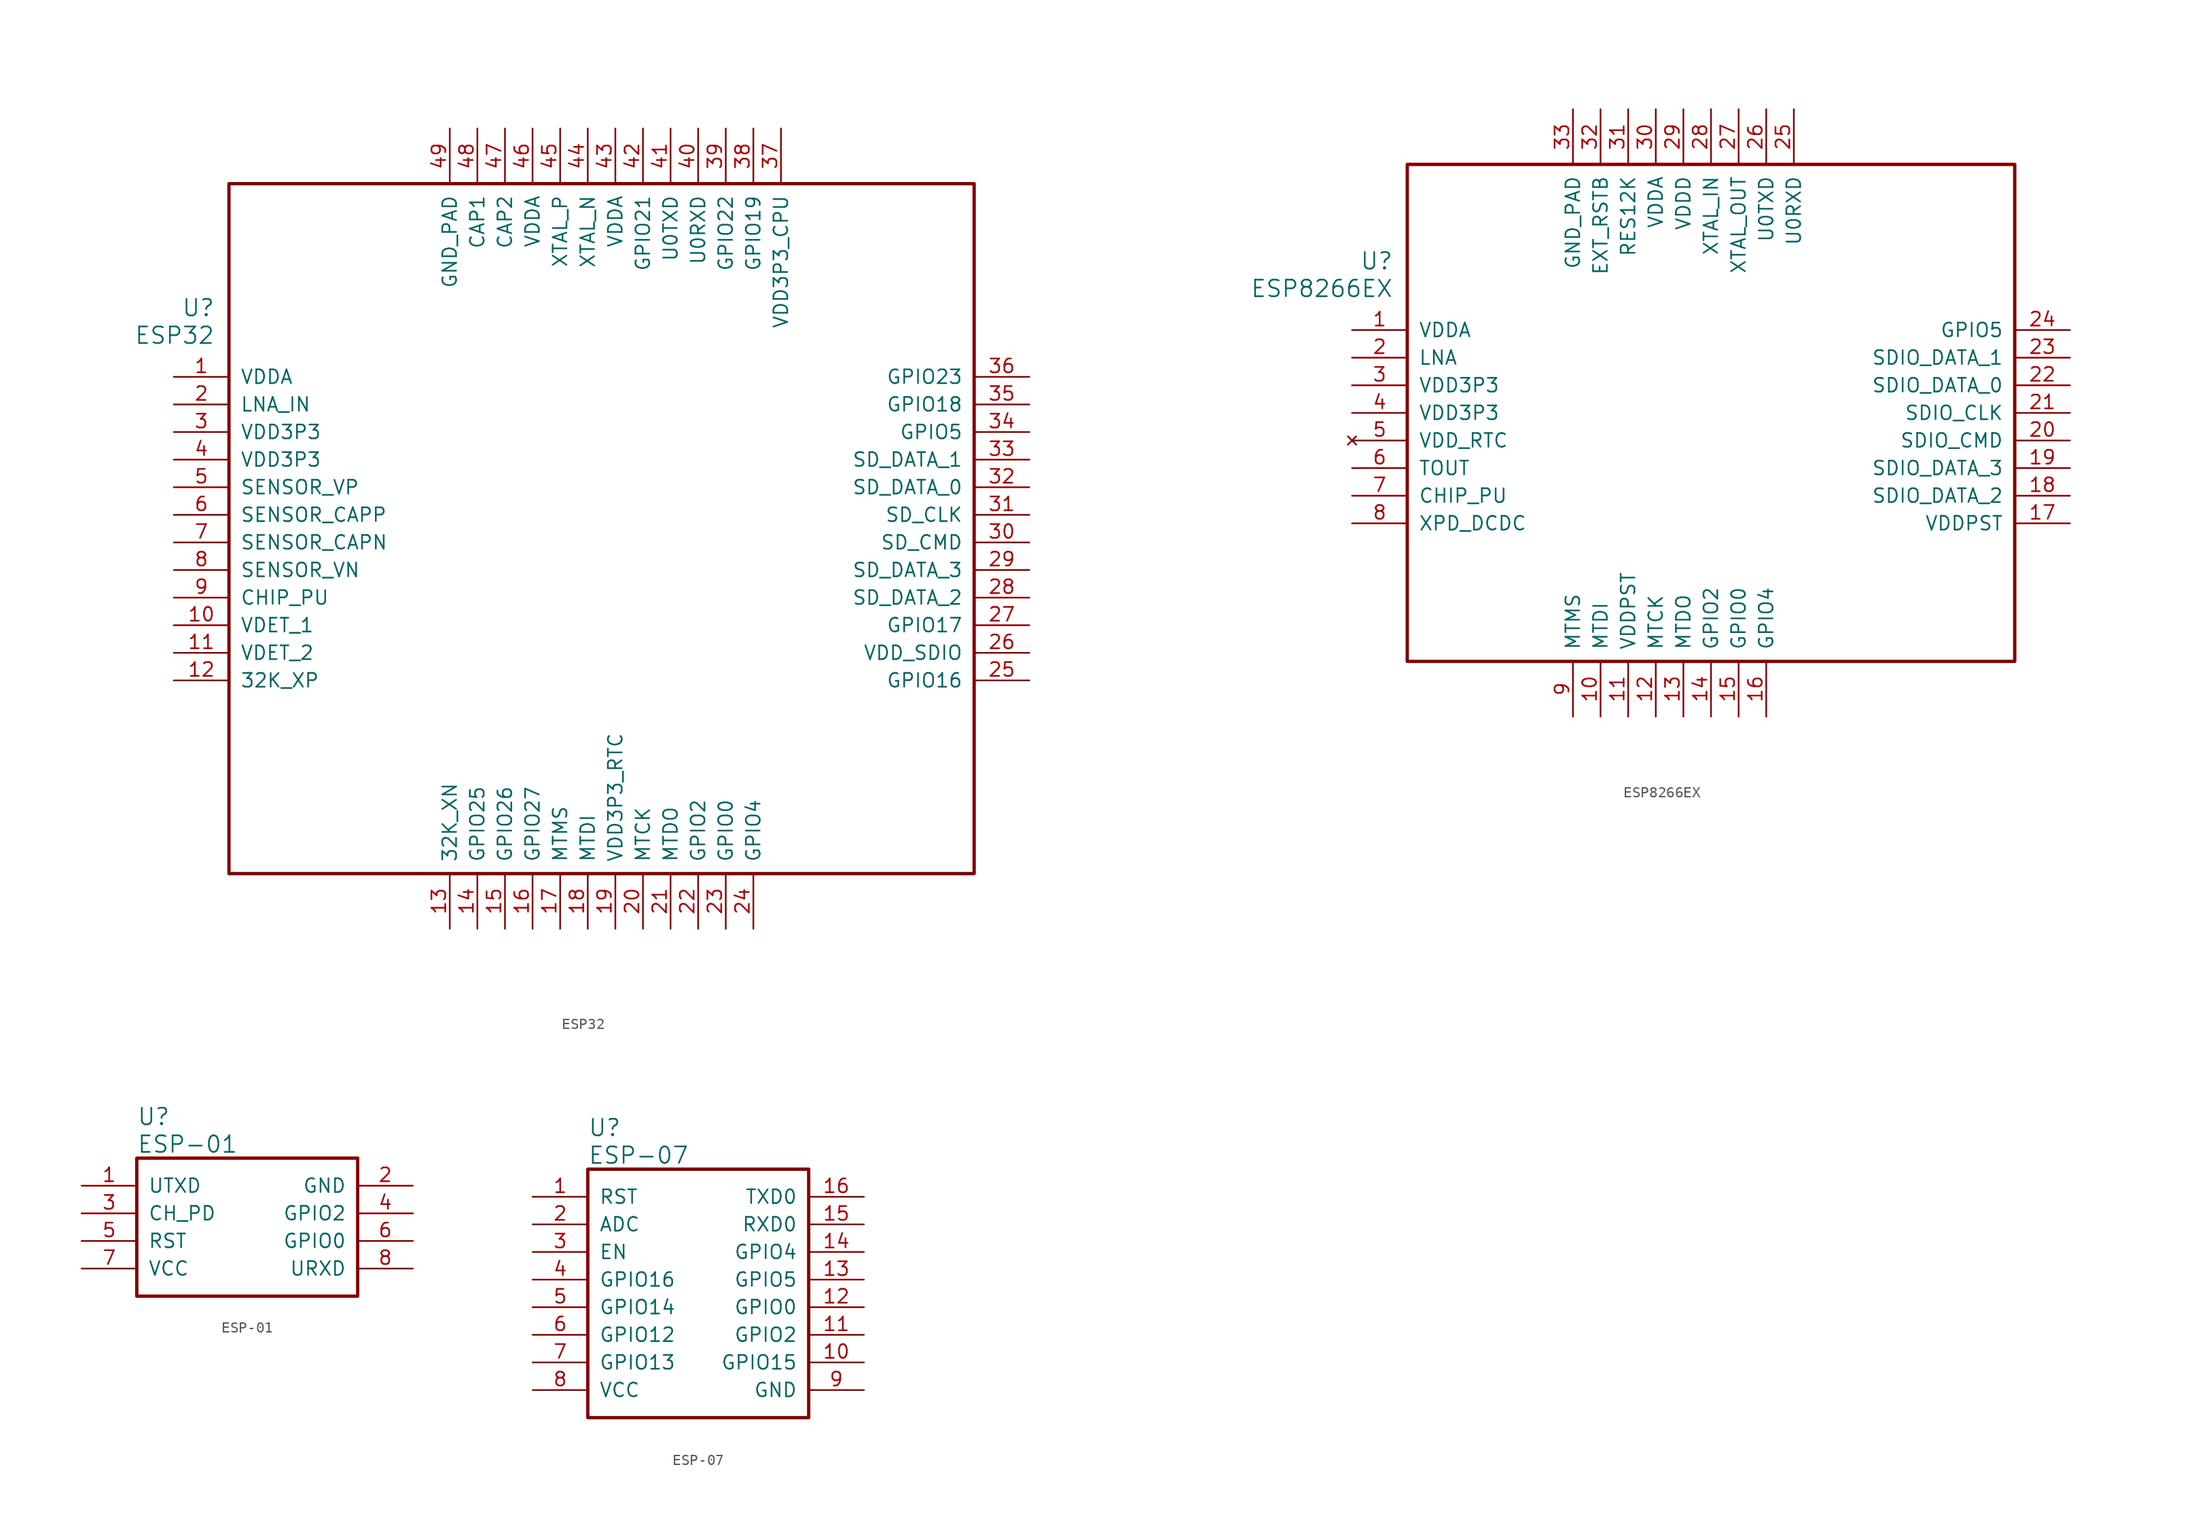
<source format=kicad_sym>
(kicad_symbol_lib
  (version 20201005)
  (generator kicad_symbol_editor)
  (symbol "ESP32"
    (pin_names
      (offset 1.016))
    (property "Reference" "U"
      (at 3.81 6.35 0)
      (effects (font (size 1.524 1.524)) (justify right)))
    (property "Value" "ESP32"
      (at 3.81 3.81 0)
      (effects (font (size 1.524 1.524)) (justify right)))
    (property "ki_locked" ""
      (at 0 0 0)
      (effects (font (size 1.27 1.27))))
    (symbol "ESP32_1_1"
      (rectangle (start 5.08 17.78) (end 73.66 -45.72) (stroke (width 0.305)) (fill (type none)))
      (pin power_in line (at 55.88 22.86 270) (length 5.08) (name "VDD3P3_CPU" (effects (font (size 1.27 1.27)))) (number "37" (effects (font (size 1.27 1.27)))))
      (pin bidirectional line (at 53.34 22.86 270) (length 5.08) (name "GPIO19" (effects (font (size 1.27 1.27)))) (number "38" (effects (font (size 1.27 1.27)))))
      (pin bidirectional line (at 50.8 22.86 270) (length 5.08) (name "GPIO22" (effects (font (size 1.27 1.27)))) (number "39" (effects (font (size 1.27 1.27)))))
      (pin bidirectional line (at 48.26 22.86 270) (length 5.08) (name "U0RXD" (effects (font (size 1.27 1.27)))) (number "40" (effects (font (size 1.27 1.27)))))
      (pin bidirectional line (at 45.72 22.86 270) (length 5.08) (name "U0TXD" (effects (font (size 1.27 1.27)))) (number "41" (effects (font (size 1.27 1.27)))))
      (pin bidirectional line (at 43.18 22.86 270) (length 5.08) (name "GPIO21" (effects (font (size 1.27 1.27)))) (number "42" (effects (font (size 1.27 1.27)))))
      (pin power_in line (at 40.64 22.86 270) (length 5.08) (name "VDDA" (effects (font (size 1.27 1.27)))) (number "43" (effects (font (size 1.27 1.27)))))
      (pin passive line (at 38.1 22.86 270) (length 5.08) (name "XTAL_N" (effects (font (size 1.27 1.27)))) (number "44" (effects (font (size 1.27 1.27)))))
      (pin passive line (at 35.56 22.86 270) (length 5.08) (name "XTAL_P" (effects (font (size 1.27 1.27)))) (number "45" (effects (font (size 1.27 1.27)))))
      (pin power_in line (at 33.02 22.86 270) (length 5.08) (name "VDDA" (effects (font (size 1.27 1.27)))) (number "46" (effects (font (size 1.27 1.27)))))
      (pin passive line (at 30.48 22.86 270) (length 5.08) (name "CAP2" (effects (font (size 1.27 1.27)))) (number "47" (effects (font (size 1.27 1.27)))))
      (pin passive line (at 27.94 22.86 270) (length 5.08) (name "CAP1" (effects (font (size 1.27 1.27)))) (number "48" (effects (font (size 1.27 1.27)))))
      (pin power_in line (at 25.4 22.86 270) (length 5.08) (name "GND_PAD" (effects (font (size 1.27 1.27)))) (number "49" (effects (font (size 1.27 1.27)))))
      (pin bidirectional line (at 78.74 -27.94 180) (length 5.08) (name "GPIO16" (effects (font (size 1.27 1.27)))) (number "25" (effects (font (size 1.27 1.27)))))
      (pin power_in line (at 78.74 -25.4 180) (length 5.08) (name "VDD_SDIO" (effects (font (size 1.27 1.27)))) (number "26" (effects (font (size 1.27 1.27)))))
      (pin bidirectional line (at 78.74 -22.86 180) (length 5.08) (name "GPIO17" (effects (font (size 1.27 1.27)))) (number "27" (effects (font (size 1.27 1.27)))))
      (pin bidirectional line (at 78.74 -20.32 180) (length 5.08) (name "SD_DATA_2" (effects (font (size 1.27 1.27)))) (number "28" (effects (font (size 1.27 1.27)))))
      (pin bidirectional line (at 78.74 -17.78 180) (length 5.08) (name "SD_DATA_3" (effects (font (size 1.27 1.27)))) (number "29" (effects (font (size 1.27 1.27)))))
      (pin bidirectional line (at 78.74 -15.24 180) (length 5.08) (name "SD_CMD" (effects (font (size 1.27 1.27)))) (number "30" (effects (font (size 1.27 1.27)))))
      (pin bidirectional line (at 78.74 -12.7 180) (length 5.08) (name "SD_CLK" (effects (font (size 1.27 1.27)))) (number "31" (effects (font (size 1.27 1.27)))))
      (pin bidirectional line (at 78.74 -10.16 180) (length 5.08) (name "SD_DATA_0" (effects (font (size 1.27 1.27)))) (number "32" (effects (font (size 1.27 1.27)))))
      (pin bidirectional line (at 78.74 -7.62 180) (length 5.08) (name "SD_DATA_1" (effects (font (size 1.27 1.27)))) (number "33" (effects (font (size 1.27 1.27)))))
      (pin bidirectional line (at 78.74 -5.08 180) (length 5.08) (name "GPIO5" (effects (font (size 1.27 1.27)))) (number "34" (effects (font (size 1.27 1.27)))))
      (pin bidirectional line (at 78.74 -2.54 180) (length 5.08) (name "GPIO18" (effects (font (size 1.27 1.27)))) (number "35" (effects (font (size 1.27 1.27)))))
      (pin bidirectional line (at 78.74 0 180) (length 5.08) (name "GPIO23" (effects (font (size 1.27 1.27)))) (number "36" (effects (font (size 1.27 1.27)))))
      (pin bidirectional line (at 25.4 -50.8 90) (length 5.08) (name "32K_XN" (effects (font (size 1.27 1.27)))) (number "13" (effects (font (size 1.27 1.27)))))
      (pin bidirectional line (at 27.94 -50.8 90) (length 5.08) (name "GPIO25" (effects (font (size 1.27 1.27)))) (number "14" (effects (font (size 1.27 1.27)))))
      (pin bidirectional line (at 30.48 -50.8 90) (length 5.08) (name "GPIO26" (effects (font (size 1.27 1.27)))) (number "15" (effects (font (size 1.27 1.27)))))
      (pin bidirectional line (at 33.02 -50.8 90) (length 5.08) (name "GPIO27" (effects (font (size 1.27 1.27)))) (number "16" (effects (font (size 1.27 1.27)))))
      (pin bidirectional line (at 35.56 -50.8 90) (length 5.08) (name "MTMS" (effects (font (size 1.27 1.27)))) (number "17" (effects (font (size 1.27 1.27)))))
      (pin bidirectional line (at 38.1 -50.8 90) (length 5.08) (name "MTDI" (effects (font (size 1.27 1.27)))) (number "18" (effects (font (size 1.27 1.27)))))
      (pin power_in line (at 40.64 -50.8 90) (length 5.08) (name "VDD3P3_RTC" (effects (font (size 1.27 1.27)))) (number "19" (effects (font (size 1.27 1.27)))))
      (pin bidirectional line (at 43.18 -50.8 90) (length 5.08) (name "MTCK" (effects (font (size 1.27 1.27)))) (number "20" (effects (font (size 1.27 1.27)))))
      (pin bidirectional line (at 45.72 -50.8 90) (length 5.08) (name "MTDO" (effects (font (size 1.27 1.27)))) (number "21" (effects (font (size 1.27 1.27)))))
      (pin bidirectional line (at 48.26 -50.8 90) (length 5.08) (name "GPIO2" (effects (font (size 1.27 1.27)))) (number "22" (effects (font (size 1.27 1.27)))))
      (pin bidirectional line (at 50.8 -50.8 90) (length 5.08) (name "GPIO0" (effects (font (size 1.27 1.27)))) (number "23" (effects (font (size 1.27 1.27)))))
      (pin bidirectional line (at 53.34 -50.8 90) (length 5.08) (name "GPIO4" (effects (font (size 1.27 1.27)))) (number "24" (effects (font (size 1.27 1.27)))))
      (pin power_in line (at 0 0 0) (length 5.08) (name "VDDA" (effects (font (size 1.27 1.27)))) (number "1" (effects (font (size 1.27 1.27)))))
      (pin unspecified line (at 0 -2.54 0) (length 5.08) (name "LNA_IN" (effects (font (size 1.27 1.27)))) (number "2" (effects (font (size 1.27 1.27)))))
      (pin power_in line (at 0 -5.08 0) (length 5.08) (name "VDD3P3" (effects (font (size 1.27 1.27)))) (number "3" (effects (font (size 1.27 1.27)))))
      (pin power_in line (at 0 -7.62 0) (length 5.08) (name "VDD3P3" (effects (font (size 1.27 1.27)))) (number "4" (effects (font (size 1.27 1.27)))))
      (pin input line (at 0 -10.16 0) (length 5.08) (name "SENSOR_VP" (effects (font (size 1.27 1.27)))) (number "5" (effects (font (size 1.27 1.27)))))
      (pin input line (at 0 -12.7 0) (length 5.08) (name "SENSOR_CAPP" (effects (font (size 1.27 1.27)))) (number "6" (effects (font (size 1.27 1.27)))))
      (pin input line (at 0 -15.24 0) (length 5.08) (name "SENSOR_CAPN" (effects (font (size 1.27 1.27)))) (number "7" (effects (font (size 1.27 1.27)))))
      (pin input line (at 0 -17.78 0) (length 5.08) (name "SENSOR_VN" (effects (font (size 1.27 1.27)))) (number "8" (effects (font (size 1.27 1.27)))))
      (pin input line (at 0 -20.32 0) (length 5.08) (name "CHIP_PU" (effects (font (size 1.27 1.27)))) (number "9" (effects (font (size 1.27 1.27)))))
      (pin input line (at 0 -22.86 0) (length 5.08) (name "VDET_1" (effects (font (size 1.27 1.27)))) (number "10" (effects (font (size 1.27 1.27)))))
      (pin input line (at 0 -25.4 0) (length 5.08) (name "VDET_2" (effects (font (size 1.27 1.27)))) (number "11" (effects (font (size 1.27 1.27)))))
      (pin bidirectional line (at 0 -27.94 0) (length 5.08) (name "32K_XP" (effects (font (size 1.27 1.27)))) (number "12" (effects (font (size 1.27 1.27)))))))
  (symbol "ESP8266EX"
    (pin_names
      (offset 1.016))
    (property "Reference" "U"
      (at 3.81 6.35 0)
      (effects (font (size 1.524 1.524)) (justify right)))
    (property "Value" "ESP8266EX"
      (at 3.81 3.81 0)
      (effects (font (size 1.524 1.524)) (justify right)))
    (property "ki_locked" ""
      (at 0 0 0)
      (effects (font (size 1.27 1.27))))
    (symbol "ESP8266EX_1_1"
      (rectangle (start 5.08 15.24) (end 60.96 -30.48) (stroke (width 0.305)) (fill (type none)))
      (pin bidirectional line (at 40.64 20.32 270) (length 5.08) (name "U0RXD" (effects (font (size 1.27 1.27)))) (number "25" (effects (font (size 1.27 1.27)))))
      (pin bidirectional line (at 38.1 20.32 270) (length 5.08) (name "U0TXD" (effects (font (size 1.27 1.27)))) (number "26" (effects (font (size 1.27 1.27)))))
      (pin bidirectional line (at 35.56 20.32 270) (length 5.08) (name "XTAL_OUT" (effects (font (size 1.27 1.27)))) (number "27" (effects (font (size 1.27 1.27)))))
      (pin bidirectional line (at 33.02 20.32 270) (length 5.08) (name "XTAL_IN" (effects (font (size 1.27 1.27)))) (number "28" (effects (font (size 1.27 1.27)))))
      (pin power_in line (at 30.48 20.32 270) (length 5.08) (name "VDDD" (effects (font (size 1.27 1.27)))) (number "29" (effects (font (size 1.27 1.27)))))
      (pin power_in line (at 27.94 20.32 270) (length 5.08) (name "VDDA" (effects (font (size 1.27 1.27)))) (number "30" (effects (font (size 1.27 1.27)))))
      (pin input line (at 25.4 20.32 270) (length 5.08) (name "RES12K" (effects (font (size 1.27 1.27)))) (number "31" (effects (font (size 1.27 1.27)))))
      (pin input line (at 22.86 20.32 270) (length 5.08) (name "EXT_RSTB" (effects (font (size 1.27 1.27)))) (number "32" (effects (font (size 1.27 1.27)))))
      (pin power_in line (at 20.32 20.32 270) (length 5.08) (name "GND_PAD" (effects (font (size 1.27 1.27)))) (number "33" (effects (font (size 1.27 1.27)))))
      (pin power_in line (at 66.04 -17.78 180) (length 5.08) (name "VDDPST" (effects (font (size 1.27 1.27)))) (number "17" (effects (font (size 1.27 1.27)))))
      (pin bidirectional line (at 66.04 -15.24 180) (length 5.08) (name "SDIO_DATA_2" (effects (font (size 1.27 1.27)))) (number "18" (effects (font (size 1.27 1.27)))))
      (pin bidirectional line (at 66.04 -12.7 180) (length 5.08) (name "SDIO_DATA_3" (effects (font (size 1.27 1.27)))) (number "19" (effects (font (size 1.27 1.27)))))
      (pin bidirectional line (at 66.04 -10.16 180) (length 5.08) (name "SDIO_CMD" (effects (font (size 1.27 1.27)))) (number "20" (effects (font (size 1.27 1.27)))))
      (pin bidirectional line (at 66.04 -7.62 180) (length 5.08) (name "SDIO_CLK" (effects (font (size 1.27 1.27)))) (number "21" (effects (font (size 1.27 1.27)))))
      (pin bidirectional line (at 66.04 -5.08 180) (length 5.08) (name "SDIO_DATA_0" (effects (font (size 1.27 1.27)))) (number "22" (effects (font (size 1.27 1.27)))))
      (pin bidirectional line (at 66.04 -2.54 180) (length 5.08) (name "SDIO_DATA_1" (effects (font (size 1.27 1.27)))) (number "23" (effects (font (size 1.27 1.27)))))
      (pin bidirectional line (at 66.04 0 180) (length 5.08) (name "GPIO5" (effects (font (size 1.27 1.27)))) (number "24" (effects (font (size 1.27 1.27)))))
      (pin bidirectional line (at 20.32 -35.56 90) (length 5.08) (name "MTMS" (effects (font (size 1.27 1.27)))) (number "9" (effects (font (size 1.27 1.27)))))
      (pin bidirectional line (at 22.86 -35.56 90) (length 5.08) (name "MTDI" (effects (font (size 1.27 1.27)))) (number "10" (effects (font (size 1.27 1.27)))))
      (pin power_in line (at 25.4 -35.56 90) (length 5.08) (name "VDDPST" (effects (font (size 1.27 1.27)))) (number "11" (effects (font (size 1.27 1.27)))))
      (pin bidirectional line (at 27.94 -35.56 90) (length 5.08) (name "MTCK" (effects (font (size 1.27 1.27)))) (number "12" (effects (font (size 1.27 1.27)))))
      (pin bidirectional line (at 30.48 -35.56 90) (length 5.08) (name "MTDO" (effects (font (size 1.27 1.27)))) (number "13" (effects (font (size 1.27 1.27)))))
      (pin bidirectional line (at 33.02 -35.56 90) (length 5.08) (name "GPIO2" (effects (font (size 1.27 1.27)))) (number "14" (effects (font (size 1.27 1.27)))))
      (pin bidirectional line (at 35.56 -35.56 90) (length 5.08) (name "GPIO0" (effects (font (size 1.27 1.27)))) (number "15" (effects (font (size 1.27 1.27)))))
      (pin bidirectional line (at 38.1 -35.56 90) (length 5.08) (name "GPIO4" (effects (font (size 1.27 1.27)))) (number "16" (effects (font (size 1.27 1.27)))))
      (pin power_in line (at 0 0 0) (length 5.08) (name "VDDA" (effects (font (size 1.27 1.27)))) (number "1" (effects (font (size 1.27 1.27)))))
      (pin passive line (at 0 -2.54 0) (length 5.08) (name "LNA" (effects (font (size 1.27 1.27)))) (number "2" (effects (font (size 1.27 1.27)))))
      (pin power_in line (at 0 -5.08 0) (length 5.08) (name "VDD3P3" (effects (font (size 1.27 1.27)))) (number "3" (effects (font (size 1.27 1.27)))))
      (pin power_in line (at 0 -7.62 0) (length 5.08) (name "VDD3P3" (effects (font (size 1.27 1.27)))) (number "4" (effects (font (size 1.27 1.27)))))
      (pin unconnected line (at 0 -10.16 0) (length 5.08) (name "VDD_RTC" (effects (font (size 1.27 1.27)))) (number "5" (effects (font (size 1.27 1.27)))))
      (pin input line (at 0 -12.7 0) (length 5.08) (name "TOUT" (effects (font (size 1.27 1.27)))) (number "6" (effects (font (size 1.27 1.27)))))
      (pin input line (at 0 -15.24 0) (length 5.08) (name "CHIP_PU" (effects (font (size 1.27 1.27)))) (number "7" (effects (font (size 1.27 1.27)))))
      (pin bidirectional line (at 0 -17.78 0) (length 5.08) (name "XPD_DCDC" (effects (font (size 1.27 1.27)))) (number "8" (effects (font (size 1.27 1.27)))))))
  (symbol "ESP-01"
    (pin_names
      (offset 1.016))
    (property "Reference" "U"
      (at 5.08 6.35 0)
      (effects (font (size 1.524 1.524)) (justify left)))
    (property "Value" "ESP-01"
      (at 5.08 3.81 0)
      (effects (font (size 1.524 1.524)) (justify left)))
    (property "ki_locked" ""
      (at 0 0 0)
      (effects (font (size 1.27 1.27))))
    (symbol "ESP-01_1_1"
      (rectangle (start 5.08 2.54) (end 25.4 -10.16) (stroke (width 0.305)) (fill (type none)))
      (pin input line (at 30.48 -7.62 180) (length 5.08) (name "URXD" (effects (font (size 1.27 1.27)))) (number "8" (effects (font (size 1.27 1.27)))))
      (pin tri_state line (at 30.48 -5.08 180) (length 5.08) (name "GPIO0" (effects (font (size 1.27 1.27)))) (number "6" (effects (font (size 1.27 1.27)))))
      (pin tri_state line (at 30.48 -2.54 180) (length 5.08) (name "GPIO2" (effects (font (size 1.27 1.27)))) (number "4" (effects (font (size 1.27 1.27)))))
      (pin power_in line (at 30.48 0 180) (length 5.08) (name "GND" (effects (font (size 1.27 1.27)))) (number "2" (effects (font (size 1.27 1.27)))))
      (pin output line (at 0 0 0) (length 5.08) (name "UTXD" (effects (font (size 1.27 1.27)))) (number "1" (effects (font (size 1.27 1.27)))))
      (pin input line (at 0 -2.54 0) (length 5.08) (name "CH_PD" (effects (font (size 1.27 1.27)))) (number "3" (effects (font (size 1.27 1.27)))))
      (pin input line (at 0 -5.08 0) (length 5.08) (name "RST" (effects (font (size 1.27 1.27)))) (number "5" (effects (font (size 1.27 1.27)))))
      (pin power_in line (at 0 -7.62 0) (length 5.08) (name "VCC" (effects (font (size 1.27 1.27)))) (number "7" (effects (font (size 1.27 1.27)))))))
  (symbol "ESP-07"
    (pin_names
      (offset 1.016))
    (property "Reference" "U"
      (at 5.08 6.35 0)
      (effects (font (size 1.524 1.524)) (justify left)))
    (property "Value" "ESP-07"
      (at 5.08 3.81 0)
      (effects (font (size 1.524 1.524)) (justify left)))
    (property "ki_locked" ""
      (at 0 0 0)
      (effects (font (size 1.27 1.27))))
    (symbol "ESP-07_1_1"
      (rectangle (start 5.08 2.54) (end 25.4 -20.32) (stroke (width 0.305)) (fill (type none)))
      (pin power_in line (at 30.48 -17.78 180) (length 5.08) (name "GND" (effects (font (size 1.27 1.27)))) (number "9" (effects (font (size 1.27 1.27)))))
      (pin bidirectional line (at 30.48 -15.24 180) (length 5.08) (name "GPIO15" (effects (font (size 1.27 1.27)))) (number "10" (effects (font (size 1.27 1.27)))))
      (pin bidirectional line (at 30.48 -12.7 180) (length 5.08) (name "GPIO2" (effects (font (size 1.27 1.27)))) (number "11" (effects (font (size 1.27 1.27)))))
      (pin bidirectional line (at 30.48 -10.16 180) (length 5.08) (name "GPIO0" (effects (font (size 1.27 1.27)))) (number "12" (effects (font (size 1.27 1.27)))))
      (pin bidirectional line (at 30.48 -7.62 180) (length 5.08) (name "GPIO5" (effects (font (size 1.27 1.27)))) (number "13" (effects (font (size 1.27 1.27)))))
      (pin bidirectional line (at 30.48 -5.08 180) (length 5.08) (name "GPIO4" (effects (font (size 1.27 1.27)))) (number "14" (effects (font (size 1.27 1.27)))))
      (pin input line (at 30.48 -2.54 180) (length 5.08) (name "RXD0" (effects (font (size 1.27 1.27)))) (number "15" (effects (font (size 1.27 1.27)))))
      (pin output line (at 30.48 0 180) (length 5.08) (name "TXD0" (effects (font (size 1.27 1.27)))) (number "16" (effects (font (size 1.27 1.27)))))
      (pin input line (at 0 0 0) (length 5.08) (name "RST" (effects (font (size 1.27 1.27)))) (number "1" (effects (font (size 1.27 1.27)))))
      (pin passive line (at 0 -2.54 0) (length 5.08) (name "ADC" (effects (font (size 1.27 1.27)))) (number "2" (effects (font (size 1.27 1.27)))))
      (pin input line (at 0 -5.08 0) (length 5.08) (name "EN" (effects (font (size 1.27 1.27)))) (number "3" (effects (font (size 1.27 1.27)))))
      (pin bidirectional line (at 0 -7.62 0) (length 5.08) (name "GPIO16" (effects (font (size 1.27 1.27)))) (number "4" (effects (font (size 1.27 1.27)))))
      (pin bidirectional line (at 0 -10.16 0) (length 5.08) (name "GPIO14" (effects (font (size 1.27 1.27)))) (number "5" (effects (font (size 1.27 1.27)))))
      (pin bidirectional line (at 0 -12.7 0) (length 5.08) (name "GPIO12" (effects (font (size 1.27 1.27)))) (number "6" (effects (font (size 1.27 1.27)))))
      (pin bidirectional line (at 0 -15.24 0) (length 5.08) (name "GPIO13" (effects (font (size 1.27 1.27)))) (number "7" (effects (font (size 1.27 1.27)))))
      (pin power_in line (at 0 -17.78 0) (length 5.08) (name "VCC" (effects (font (size 1.27 1.27)))) (number "8" (effects (font (size 1.27 1.27))))))))
</source>
